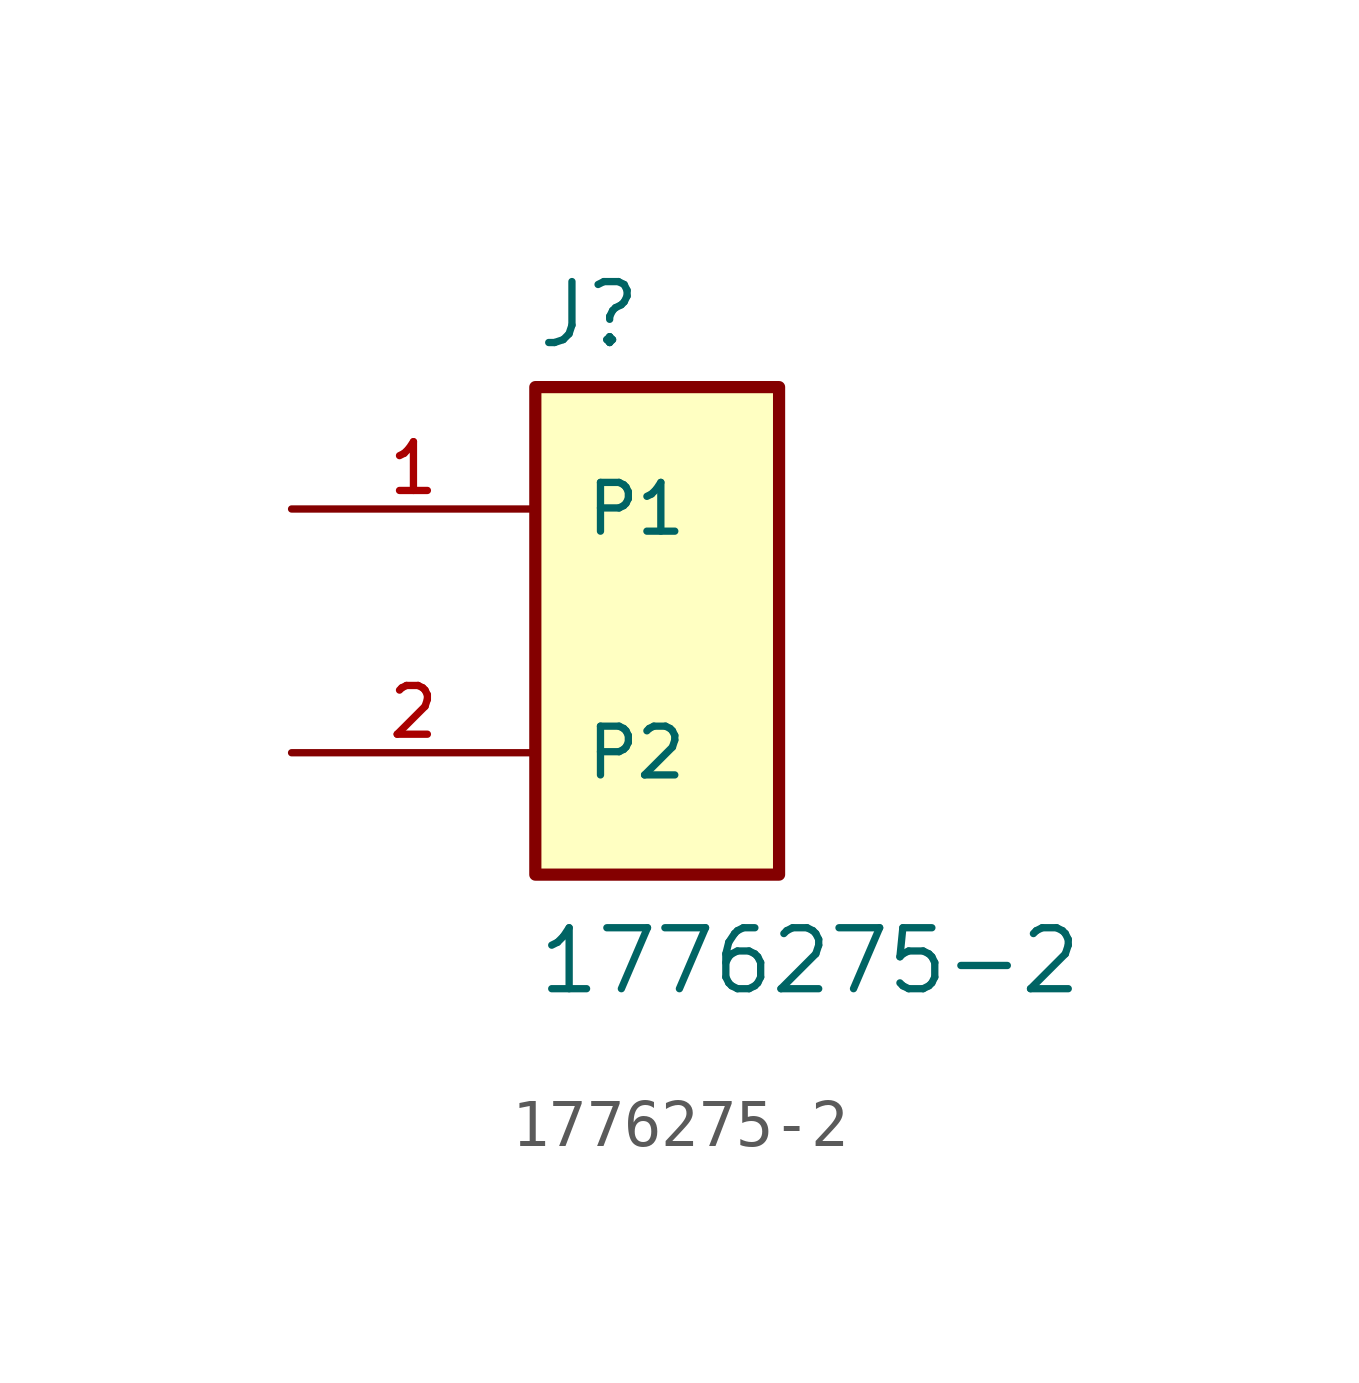
<source format=kicad_sym>
(kicad_symbol_lib
  (version 20211014)
  (generator kicad_symbol_editor)
  (symbol "1776275-2"
    (pin_names
      (offset 1.016))
    (property "Reference" "J"
      (at -2.542 5.846 0)
      (effects (font (size 1.27 1.27)) (justify bottom left)))
    (property "Value" "1776275-2"
      (at -2.54 -7.621 0)
      (effects (font (size 1.27 1.27)) (justify bottom left)))
    (symbol "1776275-2_0_0"
      (rectangle (start -2.54 -5.08) (end 2.54 5.08) (stroke (width 0.254)) (fill (type background)))
      (pin passive line (at -7.62 2.54 0) (length 5.08) (name "P1" (effects (font (size 1.016 1.016)))) (number "1" (effects (font (size 1.016 1.016)))))
      (pin passive line (at -7.62 -2.54 0) (length 5.08) (name "P2" (effects (font (size 1.016 1.016)))) (number "2" (effects (font (size 1.016 1.016))))))))
</source>
